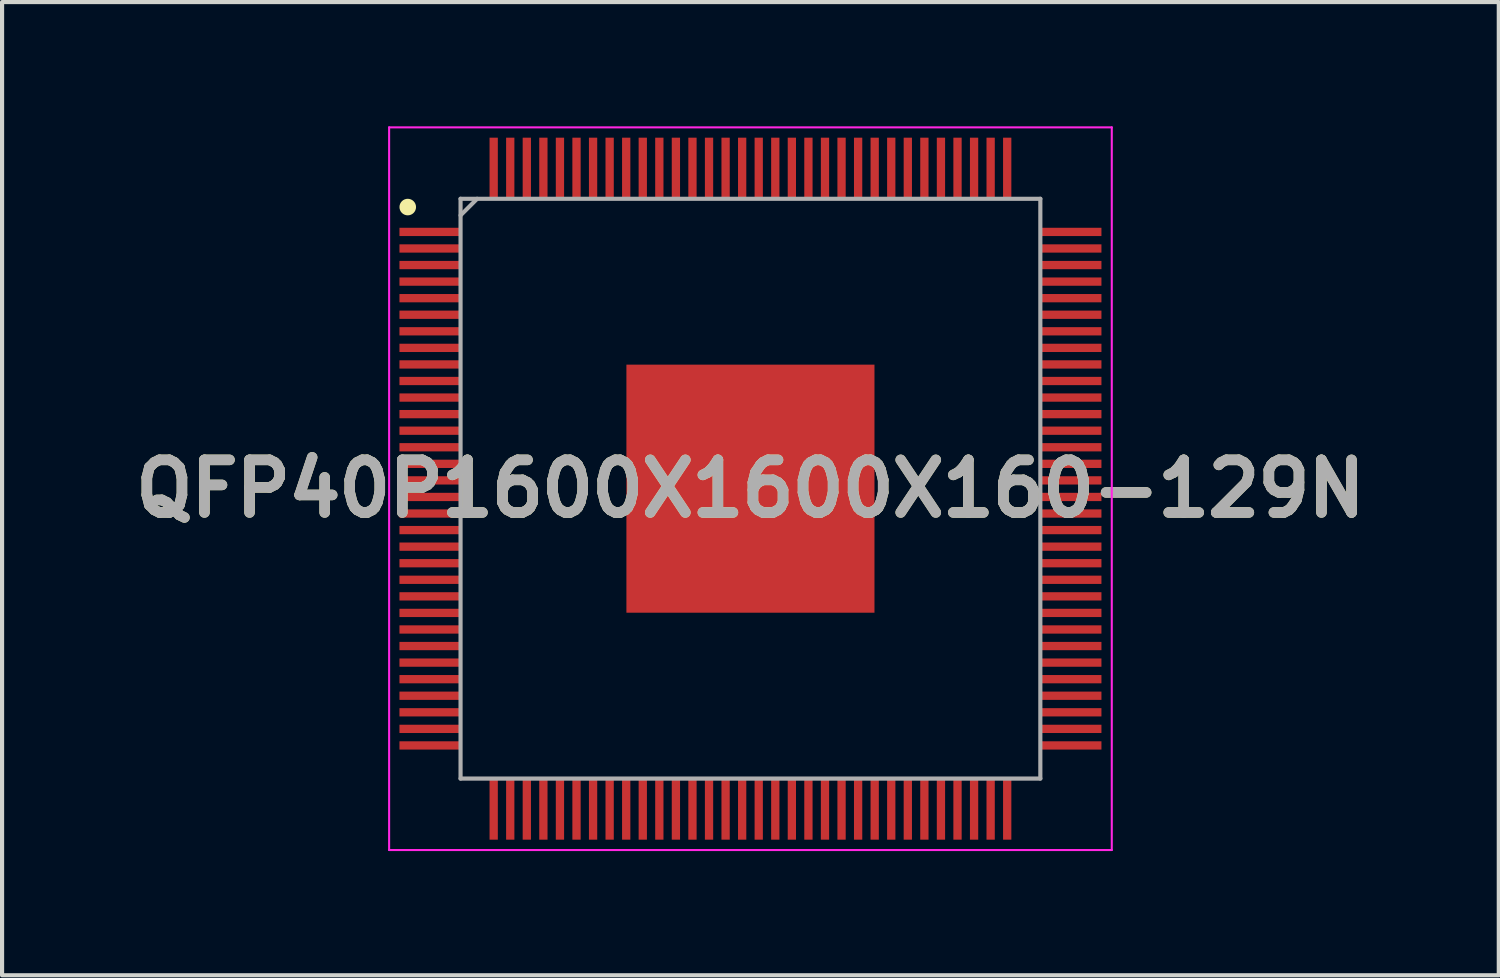
<source format=kicad_pcb>
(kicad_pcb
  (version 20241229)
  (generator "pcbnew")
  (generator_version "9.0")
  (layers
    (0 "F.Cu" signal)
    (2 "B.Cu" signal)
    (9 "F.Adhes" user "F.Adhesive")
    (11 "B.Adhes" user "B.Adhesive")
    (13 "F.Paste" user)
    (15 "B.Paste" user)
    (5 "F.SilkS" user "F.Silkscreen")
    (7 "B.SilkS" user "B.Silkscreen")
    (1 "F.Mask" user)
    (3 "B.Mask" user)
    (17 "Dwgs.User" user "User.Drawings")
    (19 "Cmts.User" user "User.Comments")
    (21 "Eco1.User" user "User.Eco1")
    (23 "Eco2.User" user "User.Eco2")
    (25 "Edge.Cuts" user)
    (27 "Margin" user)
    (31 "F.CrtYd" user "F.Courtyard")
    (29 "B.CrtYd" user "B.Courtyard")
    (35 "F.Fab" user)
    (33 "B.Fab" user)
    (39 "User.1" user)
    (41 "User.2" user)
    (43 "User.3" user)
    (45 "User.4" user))
  (footprint "QFP40P1600X1600X160-129N"
    (layer "F.Cu")
    (at 15.071 8.75)
    (property "Reference" "QFP40P1600X1600X160-129N" (at 0 0 0) (layer "F.SilkS") (effects (font (size 1.27 1.27) (thickness 0.254))))
    (attr smd)
    (fp_circle (center -8.275 -6.8) (end -8.275 -6.7) (stroke (width 0.2) (type solid)) (fill no) (layer "F.SilkS"))
    (fp_line (start -8.725 -8.725) (end 8.725 -8.725) (stroke (width 0.05) (type solid)) (layer "F.CrtYd"))
    (fp_line (start -8.725 8.725) (end -8.725 -8.725) (stroke (width 0.05) (type solid)) (layer "F.CrtYd"))
    (fp_line (start 8.725 -8.725) (end 8.725 8.725) (stroke (width 0.05) (type solid)) (layer "F.CrtYd"))
    (fp_line (start 8.725 8.725) (end -8.725 8.725) (stroke (width 0.05) (type solid)) (layer "F.CrtYd"))
    (fp_line (start -7 -7) (end 7 -7) (stroke (width 0.1) (type solid)) (layer "F.Fab"))
    (fp_line (start -7 -6.6) (end -6.6 -7) (stroke (width 0.1) (type solid)) (layer "F.Fab"))
    (fp_line (start -7 7) (end -7 -7) (stroke (width 0.1) (type solid)) (layer "F.Fab"))
    (fp_line (start 7 -7) (end 7 7) (stroke (width 0.1) (type solid)) (layer "F.Fab"))
    (fp_line (start 7 7) (end -7 7) (stroke (width 0.1) (type solid)) (layer "F.Fab"))
    (fp_text user "${REFERENCE}" (at 0 0 0) (layer "F.Fab") (effects (font (size 1.27 1.27) (thickness 0.254))))
    (pad "1" smd rect (at -7.738 -6.2 90) (size 0.2 1.475) (layers "F.Cu" "F.Mask" "F.Paste"))
    (pad "2" smd rect (at -7.738 -5.8 90) (size 0.2 1.475) (layers "F.Cu" "F.Mask" "F.Paste"))
    (pad "3" smd rect (at -7.738 -5.4 90) (size 0.2 1.475) (layers "F.Cu" "F.Mask" "F.Paste"))
    (pad "4" smd rect (at -7.738 -5 90) (size 0.2 1.475) (layers "F.Cu" "F.Mask" "F.Paste"))
    (pad "5" smd rect (at -7.738 -4.6 90) (size 0.2 1.475) (layers "F.Cu" "F.Mask" "F.Paste"))
    (pad "6" smd rect (at -7.738 -4.2 90) (size 0.2 1.475) (layers "F.Cu" "F.Mask" "F.Paste"))
    (pad "7" smd rect (at -7.738 -3.8 90) (size 0.2 1.475) (layers "F.Cu" "F.Mask" "F.Paste"))
    (pad "8" smd rect (at -7.738 -3.4 90) (size 0.2 1.475) (layers "F.Cu" "F.Mask" "F.Paste"))
    (pad "9" smd rect (at -7.738 -3 90) (size 0.2 1.475) (layers "F.Cu" "F.Mask" "F.Paste"))
    (pad "10" smd rect (at -7.738 -2.6 90) (size 0.2 1.475) (layers "F.Cu" "F.Mask" "F.Paste"))
    (pad "11" smd rect (at -7.738 -2.2 90) (size 0.2 1.475) (layers "F.Cu" "F.Mask" "F.Paste"))
    (pad "12" smd rect (at -7.738 -1.8 90) (size 0.2 1.475) (layers "F.Cu" "F.Mask" "F.Paste"))
    (pad "13" smd rect (at -7.738 -1.4 90) (size 0.2 1.475) (layers "F.Cu" "F.Mask" "F.Paste"))
    (pad "14" smd rect (at -7.738 -1 90) (size 0.2 1.475) (layers "F.Cu" "F.Mask" "F.Paste"))
    (pad "15" smd rect (at -7.738 -0.6 90) (size 0.2 1.475) (layers "F.Cu" "F.Mask" "F.Paste"))
    (pad "16" smd rect (at -7.738 -0.2 90) (size 0.2 1.475) (layers "F.Cu" "F.Mask" "F.Paste"))
    (pad "17" smd rect (at -7.738 0.2 90) (size 0.2 1.475) (layers "F.Cu" "F.Mask" "F.Paste"))
    (pad "18" smd rect (at -7.738 0.6 90) (size 0.2 1.475) (layers "F.Cu" "F.Mask" "F.Paste"))
    (pad "19" smd rect (at -7.738 1 90) (size 0.2 1.475) (layers "F.Cu" "F.Mask" "F.Paste"))
    (pad "20" smd rect (at -7.738 1.4 90) (size 0.2 1.475) (layers "F.Cu" "F.Mask" "F.Paste"))
    (pad "21" smd rect (at -7.738 1.8 90) (size 0.2 1.475) (layers "F.Cu" "F.Mask" "F.Paste"))
    (pad "22" smd rect (at -7.738 2.2 90) (size 0.2 1.475) (layers "F.Cu" "F.Mask" "F.Paste"))
    (pad "23" smd rect (at -7.738 2.6 90) (size 0.2 1.475) (layers "F.Cu" "F.Mask" "F.Paste"))
    (pad "24" smd rect (at -7.738 3 90) (size 0.2 1.475) (layers "F.Cu" "F.Mask" "F.Paste"))
    (pad "25" smd rect (at -7.738 3.4 90) (size 0.2 1.475) (layers "F.Cu" "F.Mask" "F.Paste"))
    (pad "26" smd rect (at -7.738 3.8 90) (size 0.2 1.475) (layers "F.Cu" "F.Mask" "F.Paste"))
    (pad "27" smd rect (at -7.738 4.2 90) (size 0.2 1.475) (layers "F.Cu" "F.Mask" "F.Paste"))
    (pad "28" smd rect (at -7.738 4.6 90) (size 0.2 1.475) (layers "F.Cu" "F.Mask" "F.Paste"))
    (pad "29" smd rect (at -7.738 5 90) (size 0.2 1.475) (layers "F.Cu" "F.Mask" "F.Paste"))
    (pad "30" smd rect (at -7.738 5.4 90) (size 0.2 1.475) (layers "F.Cu" "F.Mask" "F.Paste"))
    (pad "31" smd rect (at -7.738 5.8 90) (size 0.2 1.475) (layers "F.Cu" "F.Mask" "F.Paste"))
    (pad "32" smd rect (at -7.738 6.2 90) (size 0.2 1.475) (layers "F.Cu" "F.Mask" "F.Paste"))
    (pad "33" smd rect (at -6.2 7.738) (size 0.2 1.475) (layers "F.Cu" "F.Mask" "F.Paste"))
    (pad "34" smd rect (at -5.8 7.738) (size 0.2 1.475) (layers "F.Cu" "F.Mask" "F.Paste"))
    (pad "35" smd rect (at -5.4 7.738) (size 0.2 1.475) (layers "F.Cu" "F.Mask" "F.Paste"))
    (pad "36" smd rect (at -5 7.738) (size 0.2 1.475) (layers "F.Cu" "F.Mask" "F.Paste"))
    (pad "37" smd rect (at -4.6 7.738) (size 0.2 1.475) (layers "F.Cu" "F.Mask" "F.Paste"))
    (pad "38" smd rect (at -4.2 7.738) (size 0.2 1.475) (layers "F.Cu" "F.Mask" "F.Paste"))
    (pad "39" smd rect (at -3.8 7.738) (size 0.2 1.475) (layers "F.Cu" "F.Mask" "F.Paste"))
    (pad "40" smd rect (at -3.4 7.738) (size 0.2 1.475) (layers "F.Cu" "F.Mask" "F.Paste"))
    (pad "41" smd rect (at -3 7.738) (size 0.2 1.475) (layers "F.Cu" "F.Mask" "F.Paste"))
    (pad "42" smd rect (at -2.6 7.738) (size 0.2 1.475) (layers "F.Cu" "F.Mask" "F.Paste"))
    (pad "43" smd rect (at -2.2 7.738) (size 0.2 1.475) (layers "F.Cu" "F.Mask" "F.Paste"))
    (pad "44" smd rect (at -1.8 7.738) (size 0.2 1.475) (layers "F.Cu" "F.Mask" "F.Paste"))
    (pad "45" smd rect (at -1.4 7.738) (size 0.2 1.475) (layers "F.Cu" "F.Mask" "F.Paste"))
    (pad "46" smd rect (at -1 7.738) (size 0.2 1.475) (layers "F.Cu" "F.Mask" "F.Paste"))
    (pad "47" smd rect (at -0.6 7.738) (size 0.2 1.475) (layers "F.Cu" "F.Mask" "F.Paste"))
    (pad "48" smd rect (at -0.2 7.738) (size 0.2 1.475) (layers "F.Cu" "F.Mask" "F.Paste"))
    (pad "49" smd rect (at 0.2 7.738) (size 0.2 1.475) (layers "F.Cu" "F.Mask" "F.Paste"))
    (pad "50" smd rect (at 0.6 7.738) (size 0.2 1.475) (layers "F.Cu" "F.Mask" "F.Paste"))
    (pad "51" smd rect (at 1 7.738) (size 0.2 1.475) (layers "F.Cu" "F.Mask" "F.Paste"))
    (pad "52" smd rect (at 1.4 7.738) (size 0.2 1.475) (layers "F.Cu" "F.Mask" "F.Paste"))
    (pad "53" smd rect (at 1.8 7.738) (size 0.2 1.475) (layers "F.Cu" "F.Mask" "F.Paste"))
    (pad "54" smd rect (at 2.2 7.738) (size 0.2 1.475) (layers "F.Cu" "F.Mask" "F.Paste"))
    (pad "55" smd rect (at 2.6 7.738) (size 0.2 1.475) (layers "F.Cu" "F.Mask" "F.Paste"))
    (pad "56" smd rect (at 3 7.738) (size 0.2 1.475) (layers "F.Cu" "F.Mask" "F.Paste"))
    (pad "57" smd rect (at 3.4 7.738) (size 0.2 1.475) (layers "F.Cu" "F.Mask" "F.Paste"))
    (pad "58" smd rect (at 3.8 7.738) (size 0.2 1.475) (layers "F.Cu" "F.Mask" "F.Paste"))
    (pad "59" smd rect (at 4.2 7.738) (size 0.2 1.475) (layers "F.Cu" "F.Mask" "F.Paste"))
    (pad "60" smd rect (at 4.6 7.738) (size 0.2 1.475) (layers "F.Cu" "F.Mask" "F.Paste"))
    (pad "61" smd rect (at 5 7.738) (size 0.2 1.475) (layers "F.Cu" "F.Mask" "F.Paste"))
    (pad "62" smd rect (at 5.4 7.738) (size 0.2 1.475) (layers "F.Cu" "F.Mask" "F.Paste"))
    (pad "63" smd rect (at 5.8 7.738) (size 0.2 1.475) (layers "F.Cu" "F.Mask" "F.Paste"))
    (pad "64" smd rect (at 6.2 7.738) (size 0.2 1.475) (layers "F.Cu" "F.Mask" "F.Paste"))
    (pad "65" smd rect (at 7.738 6.2 90) (size 0.2 1.475) (layers "F.Cu" "F.Mask" "F.Paste"))
    (pad "66" smd rect (at 7.738 5.8 90) (size 0.2 1.475) (layers "F.Cu" "F.Mask" "F.Paste"))
    (pad "67" smd rect (at 7.738 5.4 90) (size 0.2 1.475) (layers "F.Cu" "F.Mask" "F.Paste"))
    (pad "68" smd rect (at 7.738 5 90) (size 0.2 1.475) (layers "F.Cu" "F.Mask" "F.Paste"))
    (pad "69" smd rect (at 7.738 4.6 90) (size 0.2 1.475) (layers "F.Cu" "F.Mask" "F.Paste"))
    (pad "70" smd rect (at 7.738 4.2 90) (size 0.2 1.475) (layers "F.Cu" "F.Mask" "F.Paste"))
    (pad "71" smd rect (at 7.738 3.8 90) (size 0.2 1.475) (layers "F.Cu" "F.Mask" "F.Paste"))
    (pad "72" smd rect (at 7.738 3.4 90) (size 0.2 1.475) (layers "F.Cu" "F.Mask" "F.Paste"))
    (pad "73" smd rect (at 7.738 3 90) (size 0.2 1.475) (layers "F.Cu" "F.Mask" "F.Paste"))
    (pad "74" smd rect (at 7.738 2.6 90) (size 0.2 1.475) (layers "F.Cu" "F.Mask" "F.Paste"))
    (pad "75" smd rect (at 7.738 2.2 90) (size 0.2 1.475) (layers "F.Cu" "F.Mask" "F.Paste"))
    (pad "76" smd rect (at 7.738 1.8 90) (size 0.2 1.475) (layers "F.Cu" "F.Mask" "F.Paste"))
    (pad "77" smd rect (at 7.738 1.4 90) (size 0.2 1.475) (layers "F.Cu" "F.Mask" "F.Paste"))
    (pad "78" smd rect (at 7.738 1 90) (size 0.2 1.475) (layers "F.Cu" "F.Mask" "F.Paste"))
    (pad "79" smd rect (at 7.738 0.6 90) (size 0.2 1.475) (layers "F.Cu" "F.Mask" "F.Paste"))
    (pad "80" smd rect (at 7.738 0.2 90) (size 0.2 1.475) (layers "F.Cu" "F.Mask" "F.Paste"))
    (pad "81" smd rect (at 7.738 -0.2 90) (size 0.2 1.475) (layers "F.Cu" "F.Mask" "F.Paste"))
    (pad "82" smd rect (at 7.738 -0.6 90) (size 0.2 1.475) (layers "F.Cu" "F.Mask" "F.Paste"))
    (pad "83" smd rect (at 7.738 -1 90) (size 0.2 1.475) (layers "F.Cu" "F.Mask" "F.Paste"))
    (pad "84" smd rect (at 7.738 -1.4 90) (size 0.2 1.475) (layers "F.Cu" "F.Mask" "F.Paste"))
    (pad "85" smd rect (at 7.738 -1.8 90) (size 0.2 1.475) (layers "F.Cu" "F.Mask" "F.Paste"))
    (pad "86" smd rect (at 7.738 -2.2 90) (size 0.2 1.475) (layers "F.Cu" "F.Mask" "F.Paste"))
    (pad "87" smd rect (at 7.738 -2.6 90) (size 0.2 1.475) (layers "F.Cu" "F.Mask" "F.Paste"))
    (pad "88" smd rect (at 7.738 -3 90) (size 0.2 1.475) (layers "F.Cu" "F.Mask" "F.Paste"))
    (pad "89" smd rect (at 7.738 -3.4 90) (size 0.2 1.475) (layers "F.Cu" "F.Mask" "F.Paste"))
    (pad "90" smd rect (at 7.738 -3.8 90) (size 0.2 1.475) (layers "F.Cu" "F.Mask" "F.Paste"))
    (pad "91" smd rect (at 7.738 -4.2 90) (size 0.2 1.475) (layers "F.Cu" "F.Mask" "F.Paste"))
    (pad "92" smd rect (at 7.738 -4.6 90) (size 0.2 1.475) (layers "F.Cu" "F.Mask" "F.Paste"))
    (pad "93" smd rect (at 7.738 -5 90) (size 0.2 1.475) (layers "F.Cu" "F.Mask" "F.Paste"))
    (pad "94" smd rect (at 7.738 -5.4 90) (size 0.2 1.475) (layers "F.Cu" "F.Mask" "F.Paste"))
    (pad "95" smd rect (at 7.738 -5.8 90) (size 0.2 1.475) (layers "F.Cu" "F.Mask" "F.Paste"))
    (pad "96" smd rect (at 7.738 -6.2 90) (size 0.2 1.475) (layers "F.Cu" "F.Mask" "F.Paste"))
    (pad "97" smd rect (at 6.2 -7.738) (size 0.2 1.475) (layers "F.Cu" "F.Mask" "F.Paste"))
    (pad "98" smd rect (at 5.8 -7.738) (size 0.2 1.475) (layers "F.Cu" "F.Mask" "F.Paste"))
    (pad "99" smd rect (at 5.4 -7.738) (size 0.2 1.475) (layers "F.Cu" "F.Mask" "F.Paste"))
    (pad "100" smd rect (at 5 -7.738) (size 0.2 1.475) (layers "F.Cu" "F.Mask" "F.Paste"))
    (pad "101" smd rect (at 4.6 -7.738) (size 0.2 1.475) (layers "F.Cu" "F.Mask" "F.Paste"))
    (pad "102" smd rect (at 4.2 -7.738) (size 0.2 1.475) (layers "F.Cu" "F.Mask" "F.Paste"))
    (pad "103" smd rect (at 3.8 -7.738) (size 0.2 1.475) (layers "F.Cu" "F.Mask" "F.Paste"))
    (pad "104" smd rect (at 3.4 -7.738) (size 0.2 1.475) (layers "F.Cu" "F.Mask" "F.Paste"))
    (pad "105" smd rect (at 3 -7.738) (size 0.2 1.475) (layers "F.Cu" "F.Mask" "F.Paste"))
    (pad "106" smd rect (at 2.6 -7.738) (size 0.2 1.475) (layers "F.Cu" "F.Mask" "F.Paste"))
    (pad "107" smd rect (at 2.2 -7.738) (size 0.2 1.475) (layers "F.Cu" "F.Mask" "F.Paste"))
    (pad "108" smd rect (at 1.8 -7.738) (size 0.2 1.475) (layers "F.Cu" "F.Mask" "F.Paste"))
    (pad "109" smd rect (at 1.4 -7.738) (size 0.2 1.475) (layers "F.Cu" "F.Mask" "F.Paste"))
    (pad "110" smd rect (at 1 -7.738) (size 0.2 1.475) (layers "F.Cu" "F.Mask" "F.Paste"))
    (pad "111" smd rect (at 0.6 -7.738) (size 0.2 1.475) (layers "F.Cu" "F.Mask" "F.Paste"))
    (pad "112" smd rect (at 0.2 -7.738) (size 0.2 1.475) (layers "F.Cu" "F.Mask" "F.Paste"))
    (pad "113" smd rect (at -0.2 -7.738) (size 0.2 1.475) (layers "F.Cu" "F.Mask" "F.Paste"))
    (pad "114" smd rect (at -0.6 -7.738) (size 0.2 1.475) (layers "F.Cu" "F.Mask" "F.Paste"))
    (pad "115" smd rect (at -1 -7.738) (size 0.2 1.475) (layers "F.Cu" "F.Mask" "F.Paste"))
    (pad "116" smd rect (at -1.4 -7.738) (size 0.2 1.475) (layers "F.Cu" "F.Mask" "F.Paste"))
    (pad "117" smd rect (at -1.8 -7.738) (size 0.2 1.475) (layers "F.Cu" "F.Mask" "F.Paste"))
    (pad "118" smd rect (at -2.2 -7.738) (size 0.2 1.475) (layers "F.Cu" "F.Mask" "F.Paste"))
    (pad "119" smd rect (at -2.6 -7.738) (size 0.2 1.475) (layers "F.Cu" "F.Mask" "F.Paste"))
    (pad "120" smd rect (at -3 -7.738) (size 0.2 1.475) (layers "F.Cu" "F.Mask" "F.Paste"))
    (pad "121" smd rect (at -3.4 -7.738) (size 0.2 1.475) (layers "F.Cu" "F.Mask" "F.Paste"))
    (pad "122" smd rect (at -3.8 -7.738) (size 0.2 1.475) (layers "F.Cu" "F.Mask" "F.Paste"))
    (pad "123" smd rect (at -4.2 -7.738) (size 0.2 1.475) (layers "F.Cu" "F.Mask" "F.Paste"))
    (pad "124" smd rect (at -4.6 -7.738) (size 0.2 1.475) (layers "F.Cu" "F.Mask" "F.Paste"))
    (pad "125" smd rect (at -5 -7.738) (size 0.2 1.475) (layers "F.Cu" "F.Mask" "F.Paste"))
    (pad "126" smd rect (at -5.4 -7.738) (size 0.2 1.475) (layers "F.Cu" "F.Mask" "F.Paste"))
    (pad "127" smd rect (at -5.8 -7.738) (size 0.2 1.475) (layers "F.Cu" "F.Mask" "F.Paste"))
    (pad "128" smd rect (at -6.2 -7.738) (size 0.2 1.475) (layers "F.Cu" "F.Mask" "F.Paste"))
    (pad "129" smd rect (at 0 0) (size 5.99 5.99) (layers "F.Cu" "F.Mask" "F.Paste")))
  (gr_rect
    (start -3 -3)
    (end 33.141 20.5)
    (stroke (width 0.1) (type default))
    (fill no)
    (layer "Edge.Cuts")))
</source>
